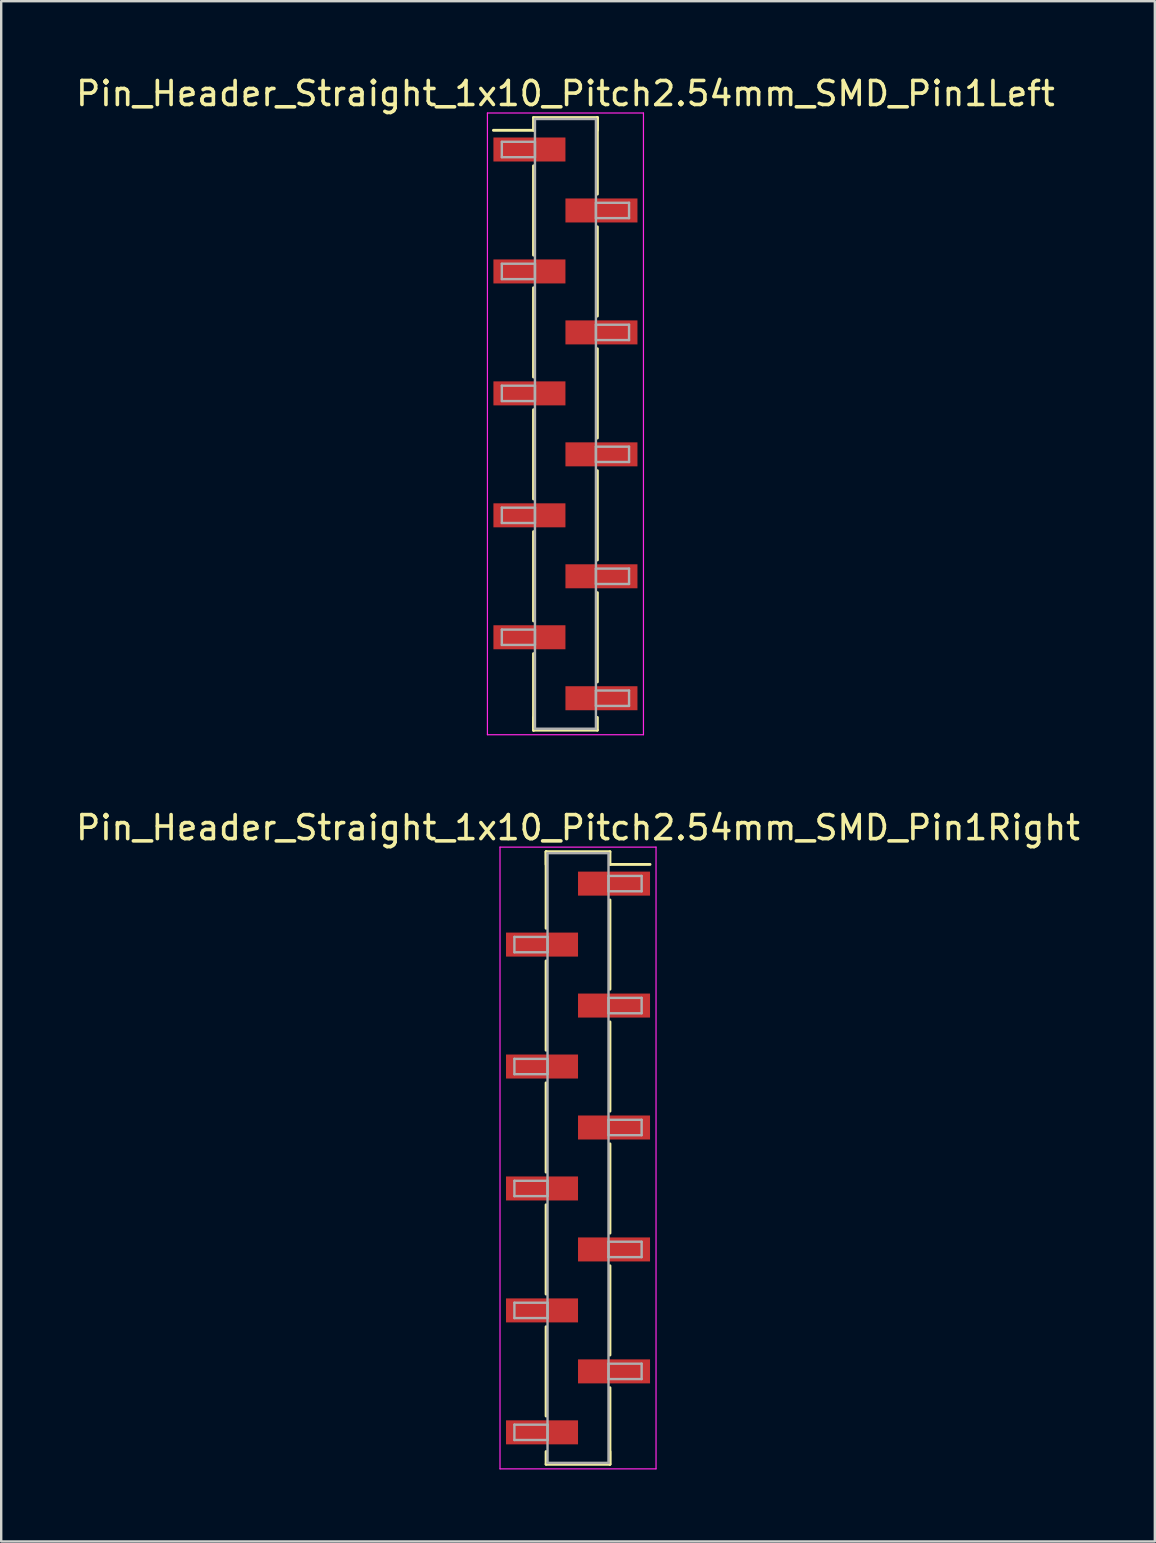
<source format=kicad_pcb>
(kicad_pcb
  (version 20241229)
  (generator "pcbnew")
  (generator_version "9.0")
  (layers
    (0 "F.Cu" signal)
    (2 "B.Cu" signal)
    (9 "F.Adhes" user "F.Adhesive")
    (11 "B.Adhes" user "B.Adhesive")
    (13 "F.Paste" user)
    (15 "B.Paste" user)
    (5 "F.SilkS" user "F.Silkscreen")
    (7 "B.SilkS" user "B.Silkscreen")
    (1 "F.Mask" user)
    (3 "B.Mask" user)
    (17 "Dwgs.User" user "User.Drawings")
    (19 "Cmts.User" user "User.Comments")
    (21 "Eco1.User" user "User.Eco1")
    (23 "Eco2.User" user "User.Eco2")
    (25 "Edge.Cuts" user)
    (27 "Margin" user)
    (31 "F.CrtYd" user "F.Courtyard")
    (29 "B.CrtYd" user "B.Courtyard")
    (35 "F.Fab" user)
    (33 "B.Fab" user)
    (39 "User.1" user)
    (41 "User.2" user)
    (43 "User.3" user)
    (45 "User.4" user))
  (footprint "Pin_Header_Straight_1x10_Pitch2.54mm_SMD_Pin1Left"
    (layer "F.Cu")
    (at 20.506 14.608)
    (property "Reference" "Pin_Header_Straight_1x10_Pitch2.54mm_SMD_Pin1Left" (at 0 -13.76 0) (layer "F.SilkS") (effects (font (size 1 1) (thickness 0.15))))
    (attr smd)
    (fp_line (start -1.33 -12.76) (end 1.33 -12.76) (stroke (width 0.12) (type solid)) (layer "F.SilkS"))
    (fp_line (start -1.33 -12.23) (end -3 -12.23) (stroke (width 0.12) (type solid)) (layer "F.SilkS"))
    (fp_line (start -1.33 -12.23) (end -1.33 -12.76) (stroke (width 0.12) (type solid)) (layer "F.SilkS"))
    (fp_line (start -1.33 -10.75) (end -1.33 -7.03) (stroke (width 0.12) (type solid)) (layer "F.SilkS"))
    (fp_line (start -1.33 -5.67) (end -1.33 -1.95) (stroke (width 0.12) (type solid)) (layer "F.SilkS"))
    (fp_line (start -1.33 -0.59) (end -1.33 3.13) (stroke (width 0.12) (type solid)) (layer "F.SilkS"))
    (fp_line (start -1.33 4.49) (end -1.33 8.21) (stroke (width 0.12) (type solid)) (layer "F.SilkS"))
    (fp_line (start -1.33 9.57) (end -1.33 12.76) (stroke (width 0.12) (type solid)) (layer "F.SilkS"))
    (fp_line (start -1.33 12.23) (end -1.33 12.76) (stroke (width 0.12) (type solid)) (layer "F.SilkS"))
    (fp_line (start -1.33 12.76) (end 1.33 12.76) (stroke (width 0.12) (type solid)) (layer "F.SilkS"))
    (fp_line (start 1.33 -12.76) (end 1.33 -12.23) (stroke (width 0.12) (type solid)) (layer "F.SilkS"))
    (fp_line (start 1.33 -12.76) (end 1.33 -9.57) (stroke (width 0.12) (type solid)) (layer "F.SilkS"))
    (fp_line (start 1.33 -8.21) (end 1.33 -4.49) (stroke (width 0.12) (type solid)) (layer "F.SilkS"))
    (fp_line (start 1.33 -3.13) (end 1.33 0.59) (stroke (width 0.12) (type solid)) (layer "F.SilkS"))
    (fp_line (start 1.33 1.95) (end 1.33 5.67) (stroke (width 0.12) (type solid)) (layer "F.SilkS"))
    (fp_line (start 1.33 7.03) (end 1.33 10.75) (stroke (width 0.12) (type solid)) (layer "F.SilkS"))
    (fp_line (start 1.33 12.76) (end 1.33 12.23) (stroke (width 0.12) (type solid)) (layer "F.SilkS"))
    (fp_line (start -3.25 -12.95) (end -3.25 12.95) (stroke (width 0.05) (type solid)) (layer "F.CrtYd"))
    (fp_line (start -3.25 12.95) (end 3.25 12.95) (stroke (width 0.05) (type solid)) (layer "F.CrtYd"))
    (fp_line (start 3.25 -12.95) (end -3.25 -12.95) (stroke (width 0.05) (type solid)) (layer "F.CrtYd"))
    (fp_line (start 3.25 12.95) (end 3.25 -12.95) (stroke (width 0.05) (type solid)) (layer "F.CrtYd"))
    (fp_line (start -2.65 -11.75) (end -1.27 -11.75) (stroke (width 0.1) (type solid)) (layer "F.Fab"))
    (fp_line (start -2.65 -11.11) (end -2.65 -11.75) (stroke (width 0.1) (type solid)) (layer "F.Fab"))
    (fp_line (start -2.65 -6.67) (end -1.27 -6.67) (stroke (width 0.1) (type solid)) (layer "F.Fab"))
    (fp_line (start -2.65 -6.03) (end -2.65 -6.67) (stroke (width 0.1) (type solid)) (layer "F.Fab"))
    (fp_line (start -2.65 -1.59) (end -1.27 -1.59) (stroke (width 0.1) (type solid)) (layer "F.Fab"))
    (fp_line (start -2.65 -0.95) (end -2.65 -1.59) (stroke (width 0.1) (type solid)) (layer "F.Fab"))
    (fp_line (start -2.65 3.49) (end -1.27 3.49) (stroke (width 0.1) (type solid)) (layer "F.Fab"))
    (fp_line (start -2.65 4.13) (end -2.65 3.49) (stroke (width 0.1) (type solid)) (layer "F.Fab"))
    (fp_line (start -2.65 8.57) (end -1.27 8.57) (stroke (width 0.1) (type solid)) (layer "F.Fab"))
    (fp_line (start -2.65 9.21) (end -2.65 8.57) (stroke (width 0.1) (type solid)) (layer "F.Fab"))
    (fp_line (start -1.27 -12.7) (end -1.27 12.7) (stroke (width 0.1) (type solid)) (layer "F.Fab"))
    (fp_line (start -1.27 -11.75) (end -1.27 -11.11) (stroke (width 0.1) (type solid)) (layer "F.Fab"))
    (fp_line (start -1.27 -11.11) (end -2.65 -11.11) (stroke (width 0.1) (type solid)) (layer "F.Fab"))
    (fp_line (start -1.27 -6.67) (end -1.27 -6.03) (stroke (width 0.1) (type solid)) (layer "F.Fab"))
    (fp_line (start -1.27 -6.03) (end -2.65 -6.03) (stroke (width 0.1) (type solid)) (layer "F.Fab"))
    (fp_line (start -1.27 -1.59) (end -1.27 -0.95) (stroke (width 0.1) (type solid)) (layer "F.Fab"))
    (fp_line (start -1.27 -0.95) (end -2.65 -0.95) (stroke (width 0.1) (type solid)) (layer "F.Fab"))
    (fp_line (start -1.27 3.49) (end -1.27 4.13) (stroke (width 0.1) (type solid)) (layer "F.Fab"))
    (fp_line (start -1.27 4.13) (end -2.65 4.13) (stroke (width 0.1) (type solid)) (layer "F.Fab"))
    (fp_line (start -1.27 8.57) (end -1.27 9.21) (stroke (width 0.1) (type solid)) (layer "F.Fab"))
    (fp_line (start -1.27 9.21) (end -2.65 9.21) (stroke (width 0.1) (type solid)) (layer "F.Fab"))
    (fp_line (start -1.27 12.7) (end 1.27 12.7) (stroke (width 0.1) (type solid)) (layer "F.Fab"))
    (fp_line (start 1.27 -12.7) (end -1.27 -12.7) (stroke (width 0.1) (type solid)) (layer "F.Fab"))
    (fp_line (start 1.27 -9.21) (end 1.27 -8.57) (stroke (width 0.1) (type solid)) (layer "F.Fab"))
    (fp_line (start 1.27 -8.57) (end 2.65 -8.57) (stroke (width 0.1) (type solid)) (layer "F.Fab"))
    (fp_line (start 1.27 -4.13) (end 1.27 -3.49) (stroke (width 0.1) (type solid)) (layer "F.Fab"))
    (fp_line (start 1.27 -3.49) (end 2.65 -3.49) (stroke (width 0.1) (type solid)) (layer "F.Fab"))
    (fp_line (start 1.27 0.95) (end 1.27 1.59) (stroke (width 0.1) (type solid)) (layer "F.Fab"))
    (fp_line (start 1.27 1.59) (end 2.65 1.59) (stroke (width 0.1) (type solid)) (layer "F.Fab"))
    (fp_line (start 1.27 6.03) (end 1.27 6.67) (stroke (width 0.1) (type solid)) (layer "F.Fab"))
    (fp_line (start 1.27 6.67) (end 2.65 6.67) (stroke (width 0.1) (type solid)) (layer "F.Fab"))
    (fp_line (start 1.27 11.11) (end 1.27 11.75) (stroke (width 0.1) (type solid)) (layer "F.Fab"))
    (fp_line (start 1.27 11.75) (end 2.65 11.75) (stroke (width 0.1) (type solid)) (layer "F.Fab"))
    (fp_line (start 1.27 12.7) (end 1.27 -12.7) (stroke (width 0.1) (type solid)) (layer "F.Fab"))
    (fp_line (start 2.65 -9.21) (end 1.27 -9.21) (stroke (width 0.1) (type solid)) (layer "F.Fab"))
    (fp_line (start 2.65 -8.57) (end 2.65 -9.21) (stroke (width 0.1) (type solid)) (layer "F.Fab"))
    (fp_line (start 2.65 -4.13) (end 1.27 -4.13) (stroke (width 0.1) (type solid)) (layer "F.Fab"))
    (fp_line (start 2.65 -3.49) (end 2.65 -4.13) (stroke (width 0.1) (type solid)) (layer "F.Fab"))
    (fp_line (start 2.65 0.95) (end 1.27 0.95) (stroke (width 0.1) (type solid)) (layer "F.Fab"))
    (fp_line (start 2.65 1.59) (end 2.65 0.95) (stroke (width 0.1) (type solid)) (layer "F.Fab"))
    (fp_line (start 2.65 6.03) (end 1.27 6.03) (stroke (width 0.1) (type solid)) (layer "F.Fab"))
    (fp_line (start 2.65 6.67) (end 2.65 6.03) (stroke (width 0.1) (type solid)) (layer "F.Fab"))
    (fp_line (start 2.65 11.11) (end 1.27 11.11) (stroke (width 0.1) (type solid)) (layer "F.Fab"))
    (fp_line (start 2.65 11.75) (end 2.65 11.11) (stroke (width 0.1) (type solid)) (layer "F.Fab"))
    (pad "1" smd rect (at -1.5 -11.43) (size 3 1) (layers "F.Cu" "F.Mask"))
    (pad "2" smd rect (at 1.5 -8.89) (size 3 1) (layers "F.Cu" "F.Mask"))
    (pad "3" smd rect (at -1.5 -6.35) (size 3 1) (layers "F.Cu" "F.Mask"))
    (pad "4" smd rect (at 1.5 -3.81) (size 3 1) (layers "F.Cu" "F.Mask"))
    (pad "5" smd rect (at -1.5 -1.27) (size 3 1) (layers "F.Cu" "F.Mask"))
    (pad "6" smd rect (at 1.5 1.27) (size 3 1) (layers "F.Cu" "F.Mask"))
    (pad "7" smd rect (at -1.5 3.81) (size 3 1) (layers "F.Cu" "F.Mask"))
    (pad "8" smd rect (at 1.5 6.35) (size 3 1) (layers "F.Cu" "F.Mask"))
    (pad "9" smd rect (at -1.5 8.89) (size 3 1) (layers "F.Cu" "F.Mask"))
    (pad "10" smd rect (at 1.5 11.43) (size 3 1) (layers "F.Cu" "F.Mask")))
  (footprint "Pin_Header_Straight_1x10_Pitch2.54mm_SMD_Pin1Right"
    (layer "F.Cu")
    (at 21.03 45.191)
    (property "Reference" "Pin_Header_Straight_1x10_Pitch2.54mm_SMD_Pin1Right" (at 0 -13.76 0) (layer "F.SilkS") (effects (font (size 1 1) (thickness 0.15))))
    (attr smd)
    (fp_line (start -1.33 -12.76) (end -1.33 -9.57) (stroke (width 0.12) (type solid)) (layer "F.SilkS"))
    (fp_line (start -1.33 -12.76) (end 1.33 -12.76) (stroke (width 0.12) (type solid)) (layer "F.SilkS"))
    (fp_line (start -1.33 -12.23) (end -1.33 -12.76) (stroke (width 0.12) (type solid)) (layer "F.SilkS"))
    (fp_line (start -1.33 -8.21) (end -1.33 -4.49) (stroke (width 0.12) (type solid)) (layer "F.SilkS"))
    (fp_line (start -1.33 -3.13) (end -1.33 0.59) (stroke (width 0.12) (type solid)) (layer "F.SilkS"))
    (fp_line (start -1.33 1.95) (end -1.33 5.67) (stroke (width 0.12) (type solid)) (layer "F.SilkS"))
    (fp_line (start -1.33 7.03) (end -1.33 10.75) (stroke (width 0.12) (type solid)) (layer "F.SilkS"))
    (fp_line (start -1.33 12.23) (end -1.33 12.76) (stroke (width 0.12) (type solid)) (layer "F.SilkS"))
    (fp_line (start -1.33 12.76) (end 1.33 12.76) (stroke (width 0.12) (type solid)) (layer "F.SilkS"))
    (fp_line (start 1.33 -12.76) (end 1.33 -12.23) (stroke (width 0.12) (type solid)) (layer "F.SilkS"))
    (fp_line (start 1.33 -12.23) (end 3 -12.23) (stroke (width 0.12) (type solid)) (layer "F.SilkS"))
    (fp_line (start 1.33 -10.75) (end 1.33 -7.03) (stroke (width 0.12) (type solid)) (layer "F.SilkS"))
    (fp_line (start 1.33 -5.67) (end 1.33 -1.95) (stroke (width 0.12) (type solid)) (layer "F.SilkS"))
    (fp_line (start 1.33 -0.59) (end 1.33 3.13) (stroke (width 0.12) (type solid)) (layer "F.SilkS"))
    (fp_line (start 1.33 4.49) (end 1.33 8.21) (stroke (width 0.12) (type solid)) (layer "F.SilkS"))
    (fp_line (start 1.33 9.57) (end 1.33 12.76) (stroke (width 0.12) (type solid)) (layer "F.SilkS"))
    (fp_line (start 1.33 12.76) (end 1.33 12.23) (stroke (width 0.12) (type solid)) (layer "F.SilkS"))
    (fp_line (start -3.25 -12.95) (end -3.25 12.95) (stroke (width 0.05) (type solid)) (layer "F.CrtYd"))
    (fp_line (start -3.25 12.95) (end 3.25 12.95) (stroke (width 0.05) (type solid)) (layer "F.CrtYd"))
    (fp_line (start 3.25 -12.95) (end -3.25 -12.95) (stroke (width 0.05) (type solid)) (layer "F.CrtYd"))
    (fp_line (start 3.25 12.95) (end 3.25 -12.95) (stroke (width 0.05) (type solid)) (layer "F.CrtYd"))
    (fp_line (start -2.65 -9.21) (end -1.27 -9.21) (stroke (width 0.1) (type solid)) (layer "F.Fab"))
    (fp_line (start -2.65 -8.57) (end -2.65 -9.21) (stroke (width 0.1) (type solid)) (layer "F.Fab"))
    (fp_line (start -2.65 -4.13) (end -1.27 -4.13) (stroke (width 0.1) (type solid)) (layer "F.Fab"))
    (fp_line (start -2.65 -3.49) (end -2.65 -4.13) (stroke (width 0.1) (type solid)) (layer "F.Fab"))
    (fp_line (start -2.65 0.95) (end -1.27 0.95) (stroke (width 0.1) (type solid)) (layer "F.Fab"))
    (fp_line (start -2.65 1.59) (end -2.65 0.95) (stroke (width 0.1) (type solid)) (layer "F.Fab"))
    (fp_line (start -2.65 6.03) (end -1.27 6.03) (stroke (width 0.1) (type solid)) (layer "F.Fab"))
    (fp_line (start -2.65 6.67) (end -2.65 6.03) (stroke (width 0.1) (type solid)) (layer "F.Fab"))
    (fp_line (start -2.65 11.11) (end -1.27 11.11) (stroke (width 0.1) (type solid)) (layer "F.Fab"))
    (fp_line (start -2.65 11.75) (end -2.65 11.11) (stroke (width 0.1) (type solid)) (layer "F.Fab"))
    (fp_line (start -1.27 -12.7) (end -1.27 12.7) (stroke (width 0.1) (type solid)) (layer "F.Fab"))
    (fp_line (start -1.27 -9.21) (end -1.27 -8.57) (stroke (width 0.1) (type solid)) (layer "F.Fab"))
    (fp_line (start -1.27 -8.57) (end -2.65 -8.57) (stroke (width 0.1) (type solid)) (layer "F.Fab"))
    (fp_line (start -1.27 -4.13) (end -1.27 -3.49) (stroke (width 0.1) (type solid)) (layer "F.Fab"))
    (fp_line (start -1.27 -3.49) (end -2.65 -3.49) (stroke (width 0.1) (type solid)) (layer "F.Fab"))
    (fp_line (start -1.27 0.95) (end -1.27 1.59) (stroke (width 0.1) (type solid)) (layer "F.Fab"))
    (fp_line (start -1.27 1.59) (end -2.65 1.59) (stroke (width 0.1) (type solid)) (layer "F.Fab"))
    (fp_line (start -1.27 6.03) (end -1.27 6.67) (stroke (width 0.1) (type solid)) (layer "F.Fab"))
    (fp_line (start -1.27 6.67) (end -2.65 6.67) (stroke (width 0.1) (type solid)) (layer "F.Fab"))
    (fp_line (start -1.27 11.11) (end -1.27 11.75) (stroke (width 0.1) (type solid)) (layer "F.Fab"))
    (fp_line (start -1.27 11.75) (end -2.65 11.75) (stroke (width 0.1) (type solid)) (layer "F.Fab"))
    (fp_line (start -1.27 12.7) (end 1.27 12.7) (stroke (width 0.1) (type solid)) (layer "F.Fab"))
    (fp_line (start 1.27 -12.7) (end -1.27 -12.7) (stroke (width 0.1) (type solid)) (layer "F.Fab"))
    (fp_line (start 1.27 -11.75) (end 1.27 -11.11) (stroke (width 0.1) (type solid)) (layer "F.Fab"))
    (fp_line (start 1.27 -11.11) (end 2.65 -11.11) (stroke (width 0.1) (type solid)) (layer "F.Fab"))
    (fp_line (start 1.27 -6.67) (end 1.27 -6.03) (stroke (width 0.1) (type solid)) (layer "F.Fab"))
    (fp_line (start 1.27 -6.03) (end 2.65 -6.03) (stroke (width 0.1) (type solid)) (layer "F.Fab"))
    (fp_line (start 1.27 -1.59) (end 1.27 -0.95) (stroke (width 0.1) (type solid)) (layer "F.Fab"))
    (fp_line (start 1.27 -0.95) (end 2.65 -0.95) (stroke (width 0.1) (type solid)) (layer "F.Fab"))
    (fp_line (start 1.27 3.49) (end 1.27 4.13) (stroke (width 0.1) (type solid)) (layer "F.Fab"))
    (fp_line (start 1.27 4.13) (end 2.65 4.13) (stroke (width 0.1) (type solid)) (layer "F.Fab"))
    (fp_line (start 1.27 8.57) (end 1.27 9.21) (stroke (width 0.1) (type solid)) (layer "F.Fab"))
    (fp_line (start 1.27 9.21) (end 2.65 9.21) (stroke (width 0.1) (type solid)) (layer "F.Fab"))
    (fp_line (start 1.27 12.7) (end 1.27 -12.7) (stroke (width 0.1) (type solid)) (layer "F.Fab"))
    (fp_line (start 2.65 -11.75) (end 1.27 -11.75) (stroke (width 0.1) (type solid)) (layer "F.Fab"))
    (fp_line (start 2.65 -11.11) (end 2.65 -11.75) (stroke (width 0.1) (type solid)) (layer "F.Fab"))
    (fp_line (start 2.65 -6.67) (end 1.27 -6.67) (stroke (width 0.1) (type solid)) (layer "F.Fab"))
    (fp_line (start 2.65 -6.03) (end 2.65 -6.67) (stroke (width 0.1) (type solid)) (layer "F.Fab"))
    (fp_line (start 2.65 -1.59) (end 1.27 -1.59) (stroke (width 0.1) (type solid)) (layer "F.Fab"))
    (fp_line (start 2.65 -0.95) (end 2.65 -1.59) (stroke (width 0.1) (type solid)) (layer "F.Fab"))
    (fp_line (start 2.65 3.49) (end 1.27 3.49) (stroke (width 0.1) (type solid)) (layer "F.Fab"))
    (fp_line (start 2.65 4.13) (end 2.65 3.49) (stroke (width 0.1) (type solid)) (layer "F.Fab"))
    (fp_line (start 2.65 8.57) (end 1.27 8.57) (stroke (width 0.1) (type solid)) (layer "F.Fab"))
    (fp_line (start 2.65 9.21) (end 2.65 8.57) (stroke (width 0.1) (type solid)) (layer "F.Fab"))
    (pad "1" smd rect (at 1.5 -11.43) (size 3 1) (layers "F.Cu" "F.Mask"))
    (pad "2" smd rect (at -1.5 -8.89) (size 3 1) (layers "F.Cu" "F.Mask"))
    (pad "3" smd rect (at 1.5 -6.35) (size 3 1) (layers "F.Cu" "F.Mask"))
    (pad "4" smd rect (at -1.5 -3.81) (size 3 1) (layers "F.Cu" "F.Mask"))
    (pad "5" smd rect (at 1.5 -1.27) (size 3 1) (layers "F.Cu" "F.Mask"))
    (pad "6" smd rect (at -1.5 1.27) (size 3 1) (layers "F.Cu" "F.Mask"))
    (pad "7" smd rect (at 1.5 3.81) (size 3 1) (layers "F.Cu" "F.Mask"))
    (pad "8" smd rect (at -1.5 6.35) (size 3 1) (layers "F.Cu" "F.Mask"))
    (pad "9" smd rect (at 1.5 8.89) (size 3 1) (layers "F.Cu" "F.Mask"))
    (pad "10" smd rect (at -1.5 11.43) (size 3 1) (layers "F.Cu" "F.Mask")))
  (gr_rect
    (start -3 -3)
    (end 45.06 61.166)
    (stroke (width 0.1) (type default))
    (fill no)
    (layer "Edge.Cuts")))
</source>
